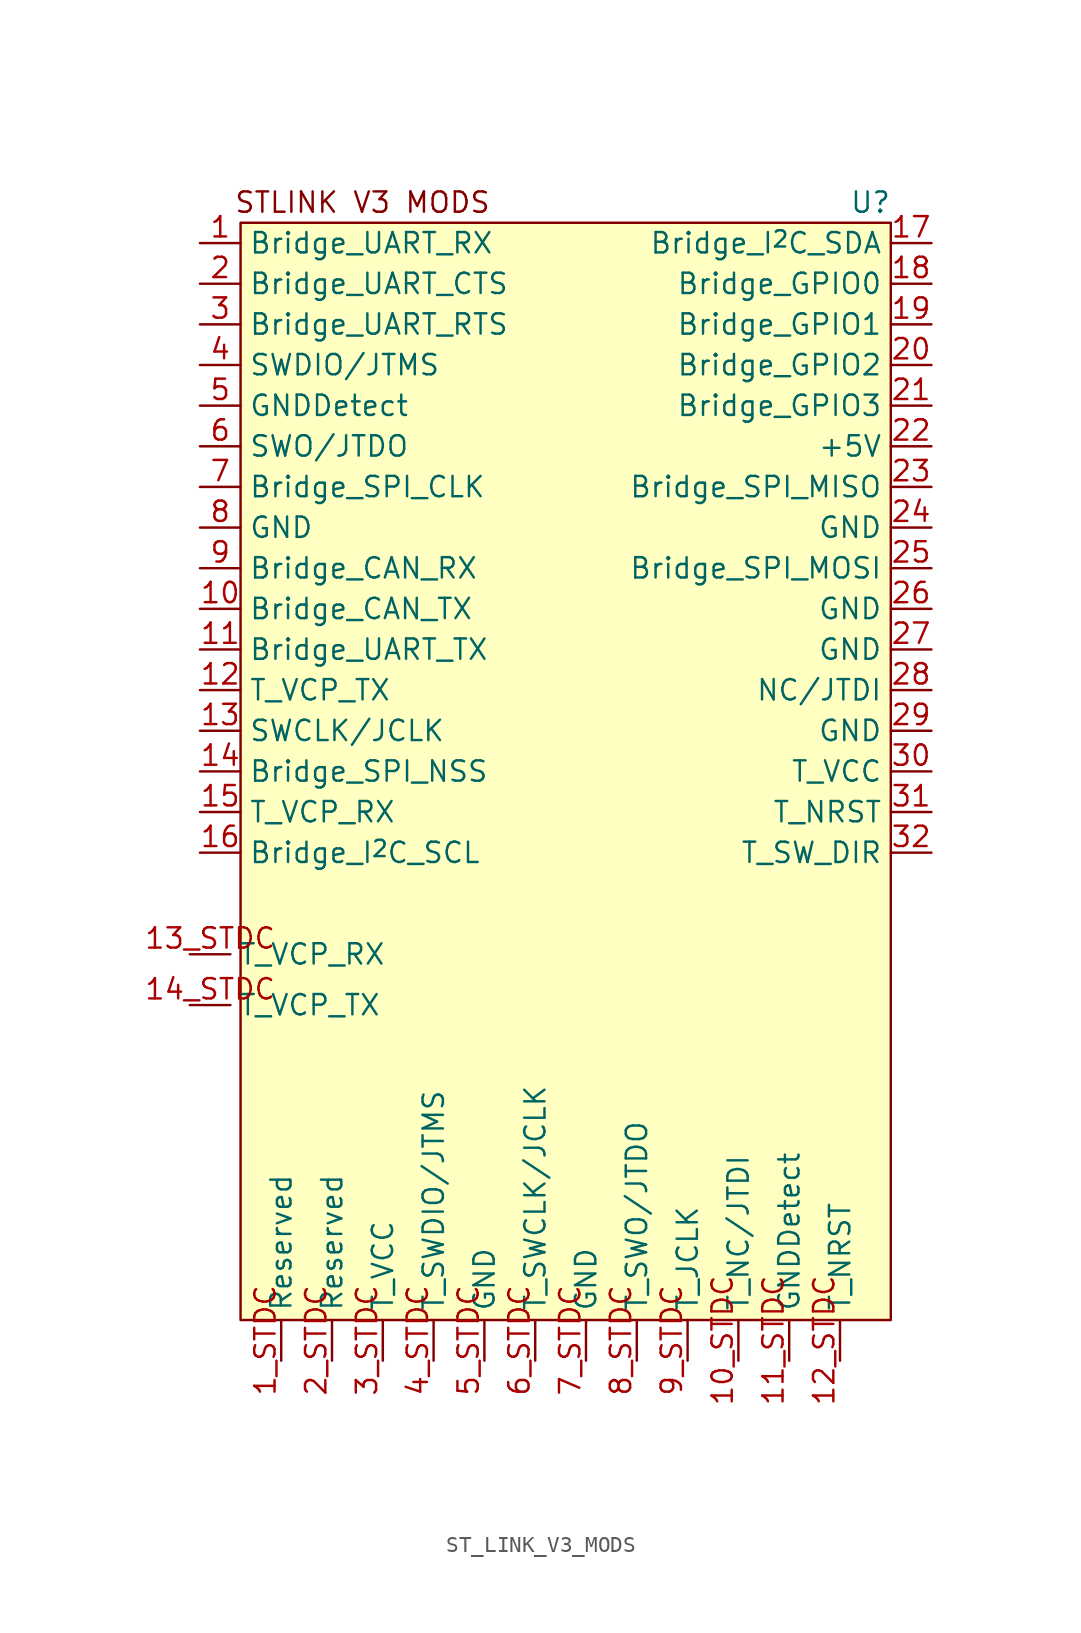
<source format=kicad_sym>
(kicad_symbol_lib
  (version 20220914)
  (generator kicad_symbol_editor)
  (symbol "ST_LINK_V3_MODS"
    (property "Reference" "U"
      (at 19.05 25.4 0)
      (effects (font (size 1.27 1.27))))
    (property "Value" ""
      (at -11.43 17.78 0)
      (effects (font (size 1.27 1.27))))
    (symbol "ST_LINK_V3_MODS_0_1"
      (rectangle (start -20.32 24.13) (end 20.32 -44.45) (stroke (width 0) (type default)) (fill (type background)))
      (text "STLINK V3 MODS" (at -12.7 25.4 0) (effects (font (size 1.27 1.27)))))
    (symbol "ST_LINK_V3_MODS_1_1"
      (pin input line (at -22.86 22.86 0) (length 2.54) (name "Bridge_UART_RX" (effects (font (size 1.27 1.27)))) (number "1" (effects (font (size 1.27 1.27)))))
      (pin output line (at -22.86 0 0) (length 2.54) (name "Bridge_CAN_TX" (effects (font (size 1.27 1.27)))) (number "10" (effects (font (size 1.27 1.27)))))
      (pin output line (at 10.795 -46.99 90) (length 2.54) (name "T_NC/JTDI" (effects (font (size 1.27 1.27)))) (number "10_STDC" (effects (font (size 1.27 1.27)))))
      (pin output line (at -22.86 -2.54 0) (length 2.54) (name "Bridge_UART_TX" (effects (font (size 1.27 1.27)))) (number "11" (effects (font (size 1.27 1.27)))))
      (pin output line (at 13.97 -46.99 90) (length 2.54) (name "GNDDetect" (effects (font (size 1.27 1.27)))) (number "11_STDC" (effects (font (size 1.27 1.27)))))
      (pin input line (at -22.86 -5.08 0) (length 2.54) (name "T_VCP_TX" (effects (font (size 1.27 1.27)))) (number "12" (effects (font (size 1.27 1.27)))))
      (pin output line (at 17.145 -46.99 90) (length 2.54) (name "T_NRST" (effects (font (size 1.27 1.27)))) (number "12_STDC" (effects (font (size 1.27 1.27)))))
      (pin output line (at -22.86 -7.62 0) (length 2.54) (name "SWCLK/JCLK" (effects (font (size 1.27 1.27)))) (number "13" (effects (font (size 1.27 1.27)))))
      (pin output line (at -23.495 -21.59 0) (length 2.54) (name "T_VCP_RX" (effects (font (size 1.27 1.27)))) (number "13_STDC" (effects (font (size 1.27 1.27)))))
      (pin bidirectional line (at -22.86 -10.16 0) (length 2.54) (name "Bridge_SPI_NSS" (effects (font (size 1.27 1.27)))) (number "14" (effects (font (size 1.27 1.27)))))
      (pin output line (at -23.495 -24.765 0) (length 2.54) (name "T_VCP_TX" (effects (font (size 1.27 1.27)))) (number "14_STDC" (effects (font (size 1.27 1.27)))))
      (pin output line (at -22.86 -12.7 0) (length 2.54) (name "T_VCP_RX" (effects (font (size 1.27 1.27)))) (number "15" (effects (font (size 1.27 1.27)))))
      (pin output line (at -22.86 -15.24 0) (length 2.54) (name "Bridge_I^{2}C_SCL" (effects (font (size 1.27 1.27)))) (number "16" (effects (font (size 1.27 1.27)))))
      (pin bidirectional line (at 22.86 22.86 180) (length 2.54) (name "Bridge_I^{2}C_SDA" (effects (font (size 1.27 1.27)))) (number "17" (effects (font (size 1.27 1.27)))))
      (pin bidirectional line (at 22.86 20.32 180) (length 2.54) (name "Bridge_GPIO0" (effects (font (size 1.27 1.27)))) (number "18" (effects (font (size 1.27 1.27)))))
      (pin bidirectional line (at 22.86 17.78 180) (length 2.54) (name "Bridge_GPIO1" (effects (font (size 1.27 1.27)))) (number "19" (effects (font (size 1.27 1.27)))))
      (pin output line (at -17.78 -46.99 90) (length 2.54) (name "Reserved" (effects (font (size 1.27 1.27)))) (number "1_STDC" (effects (font (size 1.27 1.27)))))
      (pin input line (at -22.86 20.32 0) (length 2.54) (name "Bridge_UART_CTS" (effects (font (size 1.27 1.27)))) (number "2" (effects (font (size 1.27 1.27)))))
      (pin bidirectional line (at 22.86 15.24 180) (length 2.54) (name "Bridge_GPIO2" (effects (font (size 1.27 1.27)))) (number "20" (effects (font (size 1.27 1.27)))))
      (pin bidirectional line (at 22.86 12.7 180) (length 2.54) (name "Bridge_GPIO3" (effects (font (size 1.27 1.27)))) (number "21" (effects (font (size 1.27 1.27)))))
      (pin power_in line (at 22.86 10.16 180) (length 2.54) (name "+5V" (effects (font (size 1.27 1.27)))) (number "22" (effects (font (size 1.27 1.27)))))
      (pin bidirectional line (at 22.86 7.62 180) (length 2.54) (name "Bridge_SPI_MISO" (effects (font (size 1.27 1.27)))) (number "23" (effects (font (size 1.27 1.27)))))
      (pin power_in line (at 22.86 5.08 180) (length 2.54) (name "GND" (effects (font (size 1.27 1.27)))) (number "24" (effects (font (size 1.27 1.27)))))
      (pin output line (at 22.86 2.54 180) (length 2.54) (name "Bridge_SPI_MOSI" (effects (font (size 1.27 1.27)))) (number "25" (effects (font (size 1.27 1.27)))))
      (pin power_in line (at 22.86 0 180) (length 2.54) (name "GND" (effects (font (size 1.27 1.27)))) (number "26" (effects (font (size 1.27 1.27)))))
      (pin power_in line (at 22.86 -2.54 180) (length 2.54) (name "GND" (effects (font (size 1.27 1.27)))) (number "27" (effects (font (size 1.27 1.27)))))
      (pin output line (at 22.86 -5.08 180) (length 2.54) (name "NC/JTDI" (effects (font (size 1.27 1.27)))) (number "28" (effects (font (size 1.27 1.27)))))
      (pin power_in line (at 22.86 -7.62 180) (length 2.54) (name "GND" (effects (font (size 1.27 1.27)))) (number "29" (effects (font (size 1.27 1.27)))))
      (pin output line (at -14.605 -46.99 90) (length 2.54) (name "Reserved" (effects (font (size 1.27 1.27)))) (number "2_STDC" (effects (font (size 1.27 1.27)))))
      (pin output line (at -22.86 17.78 0) (length 2.54) (name "Bridge_UART_RTS" (effects (font (size 1.27 1.27)))) (number "3" (effects (font (size 1.27 1.27)))))
      (pin power_in line (at 22.86 -10.16 180) (length 2.54) (name "T_VCC" (effects (font (size 1.27 1.27)))) (number "30" (effects (font (size 1.27 1.27)))))
      (pin output line (at 22.86 -12.7 180) (length 2.54) (name "T_NRST" (effects (font (size 1.27 1.27)))) (number "31" (effects (font (size 1.27 1.27)))))
      (pin output line (at 22.86 -15.24 180) (length 2.54) (name "T_SW_DIR" (effects (font (size 1.27 1.27)))) (number "32" (effects (font (size 1.27 1.27)))))
      (pin output line (at -11.43 -46.99 90) (length 2.54) (name "T_VCC" (effects (font (size 1.27 1.27)))) (number "3_STDC" (effects (font (size 1.27 1.27)))))
      (pin bidirectional line (at -22.86 15.24 0) (length 2.54) (name "SWDIO/JTMS" (effects (font (size 1.27 1.27)))) (number "4" (effects (font (size 1.27 1.27)))))
      (pin output line (at -8.255 -46.99 90) (length 2.54) (name "T_SWDIO/JTMS" (effects (font (size 1.27 1.27)))) (number "4_STDC" (effects (font (size 1.27 1.27)))))
      (pin output line (at -22.86 12.7 0) (length 2.54) (name "GNDDetect" (effects (font (size 1.27 1.27)))) (number "5" (effects (font (size 1.27 1.27)))))
      (pin output line (at -5.08 -46.99 90) (length 2.54) (name "GND" (effects (font (size 1.27 1.27)))) (number "5_STDC" (effects (font (size 1.27 1.27)))))
      (pin input line (at -22.86 10.16 0) (length 2.54) (name "SWO/JTDO" (effects (font (size 1.27 1.27)))) (number "6" (effects (font (size 1.27 1.27)))))
      (pin output line (at -1.905 -46.99 90) (length 2.54) (name "T_SWCLK/JCLK" (effects (font (size 1.27 1.27)))) (number "6_STDC" (effects (font (size 1.27 1.27)))))
      (pin bidirectional line (at -22.86 7.62 0) (length 2.54) (name "Bridge_SPI_CLK" (effects (font (size 1.27 1.27)))) (number "7" (effects (font (size 1.27 1.27)))))
      (pin output line (at 1.27 -46.99 90) (length 2.54) (name "GND" (effects (font (size 1.27 1.27)))) (number "7_STDC" (effects (font (size 1.27 1.27)))))
      (pin power_in line (at -22.86 5.08 0) (length 2.54) (name "GND" (effects (font (size 1.27 1.27)))) (number "8" (effects (font (size 1.27 1.27)))))
      (pin output line (at 4.445 -46.99 90) (length 2.54) (name "T_SWO/JTDO" (effects (font (size 1.27 1.27)))) (number "8_STDC" (effects (font (size 1.27 1.27)))))
      (pin input line (at -22.86 2.54 0) (length 2.54) (name "Bridge_CAN_RX" (effects (font (size 1.27 1.27)))) (number "9" (effects (font (size 1.27 1.27)))))
      (pin output line (at 7.62 -46.99 90) (length 2.54) (name "T_JCLK" (effects (font (size 1.27 1.27)))) (number "9_STDC" (effects (font (size 1.27 1.27))))))))
</source>
